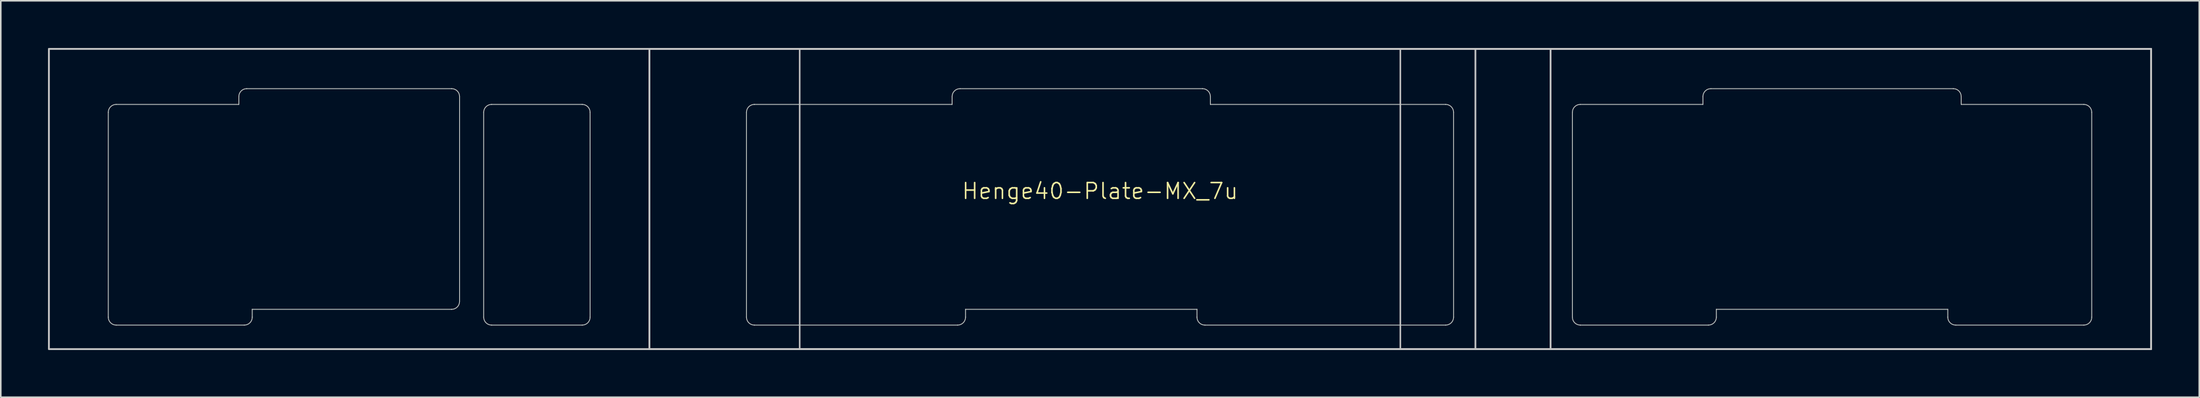
<source format=kicad_pcb>
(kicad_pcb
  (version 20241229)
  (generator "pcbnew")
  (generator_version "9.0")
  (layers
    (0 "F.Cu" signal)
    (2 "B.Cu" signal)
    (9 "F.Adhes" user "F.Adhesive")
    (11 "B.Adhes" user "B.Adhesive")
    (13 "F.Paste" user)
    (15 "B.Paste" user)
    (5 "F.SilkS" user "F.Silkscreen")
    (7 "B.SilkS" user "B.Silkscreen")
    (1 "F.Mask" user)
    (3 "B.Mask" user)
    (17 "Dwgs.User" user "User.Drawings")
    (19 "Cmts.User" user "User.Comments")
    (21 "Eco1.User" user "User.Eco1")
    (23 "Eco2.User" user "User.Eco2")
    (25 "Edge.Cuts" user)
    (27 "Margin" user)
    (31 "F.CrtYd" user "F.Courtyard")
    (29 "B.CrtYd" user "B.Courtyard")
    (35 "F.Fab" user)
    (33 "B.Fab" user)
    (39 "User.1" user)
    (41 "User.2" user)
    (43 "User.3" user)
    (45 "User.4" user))
  (footprint "Henge40-Plate-MX_7u"
    (layer "F.Cu")
    (at 66.725 9.575)
    (property "Reference" "Henge40-Plate-MX_7u" (at 0 -0.5 0) (unlocked yes) (layer "F.SilkS") (effects (font (size 1 1) (thickness 0.1))))
    (attr exclude_from_pos_files exclude_from_bom allow_missing_courtyard)
    (fp_line (start -62.906 -5.5) (end -62.906 7.5) (stroke (width 1.1) (type solid)) (layer "F.Mask"))
    (fp_line (start -62.35 -6) (end -54.625 -6) (stroke (width 1.1) (type solid)) (layer "F.Mask"))
    (fp_line (start -62.35 8) (end -54.275 8) (stroke (width 1.1) (type solid)) (layer "F.Mask"))
    (fp_line (start -54.625 -6.5) (end -54.625 -6) (stroke (width 1.1) (type solid)) (layer "F.Mask"))
    (fp_line (start -53.775 7) (end -53.775 7.45) (stroke (width 1.1) (type solid)) (layer "F.Mask"))
    (fp_line (start -53.775 7) (end -41.125 7) (stroke (width 1.1) (type solid)) (layer "F.Mask"))
    (fp_line (start -41.125 -7) (end -54.125 -7) (stroke (width 1.1) (type solid)) (layer "F.Mask"))
    (fp_line (start -40.625 6.5) (end -40.625 -6.5) (stroke (width 1.1) (type solid)) (layer "F.Mask"))
    (fp_line (start -39.094 -5.5) (end -39.094 7.5) (stroke (width 1.1) (type solid)) (layer "F.Mask"))
    (fp_line (start -38.594 -6) (end -32.844 -6) (stroke (width 1.1) (type solid)) (layer "F.Mask"))
    (fp_line (start -38.594 8) (end -32.844 8) (stroke (width 1.1) (type solid)) (layer "F.Mask"))
    (fp_line (start -32.344 -5.5) (end -32.344 7.5) (stroke (width 1.1) (type solid)) (layer "F.Mask"))
    (fp_line (start -22.425 -5.5) (end -22.425 7.5) (stroke (width 1.1) (type solid)) (layer "F.Mask"))
    (fp_line (start -21.925 -6) (end -16.175 -6) (stroke (width 1.1) (type solid)) (layer "F.Mask"))
    (fp_line (start -21.925 8) (end -16.175 8) (stroke (width 1.1) (type solid)) (layer "F.Mask"))
    (fp_line (start -17.163 -6) (end -11.412 -6) (stroke (width 1.1) (type solid)) (layer "F.Mask"))
    (fp_line (start -17.163 8) (end -11.412 8) (stroke (width 1.1) (type solid)) (layer "F.Mask"))
    (fp_line (start -14.781 8) (end -9.031 8) (stroke (width 1.1) (type solid)) (layer "F.Mask"))
    (fp_line (start -14.762 -6) (end -9.381 -6) (stroke (width 1.1) (type solid)) (layer "F.Mask"))
    (fp_line (start -9.381 -6.5) (end -9.381 -6) (stroke (width 1.1) (type solid)) (layer "F.Mask"))
    (fp_line (start -8.531 7) (end -8.531 7.5) (stroke (width 1.1) (type solid)) (layer "F.Mask"))
    (fp_line (start -8.525 7) (end 6.15 7) (stroke (width 1.1) (type solid)) (layer "F.Mask"))
    (fp_line (start 6.15 7) (end 6.15 7.5) (stroke (width 1.1) (type solid)) (layer "F.Mask"))
    (fp_line (start 6.15 7.56) (end 6.15 7) (stroke (width 1.1) (type solid)) (layer "F.Mask"))
    (fp_line (start 6.5 -7) (end -8.89 -7) (stroke (width 1.1) (type solid)) (layer "F.Mask"))
    (fp_line (start 6.65 8) (end 21.925 8) (stroke (width 1.1) (type solid)) (layer "F.Mask"))
    (fp_line (start 7 -6) (end 7 -6.5) (stroke (width 1.1) (type solid)) (layer "F.Mask"))
    (fp_line (start 7 -6) (end 21.925 -6) (stroke (width 1.1) (type solid)) (layer "F.Mask"))
    (fp_line (start 22.425 -5.5) (end 22.425 7.5) (stroke (width 1.1) (type solid)) (layer "F.Mask"))
    (fp_line (start 29.962 -5.5) (end 29.962 7.5) (stroke (width 1.1) (type solid)) (layer "F.Mask"))
    (fp_line (start 30.462 -6) (end 38.24 -6) (stroke (width 1.1) (type solid)) (layer "F.Mask"))
    (fp_line (start 30.462 8) (end 36.212 8) (stroke (width 1.1) (type solid)) (layer "F.Mask"))
    (fp_line (start 32.844 8) (end 38.594 8) (stroke (width 1.1) (type solid)) (layer "F.Mask"))
    (fp_line (start 38.244 -6.5) (end 38.244 -6) (stroke (width 1.1) (type solid)) (layer "F.Mask"))
    (fp_line (start 39.094 7) (end 39.094 7.5) (stroke (width 1.1) (type solid)) (layer "F.Mask"))
    (fp_line (start 39.1 7) (end 51.737 7) (stroke (width 1.1) (type solid)) (layer "F.Mask"))
    (fp_line (start 41.125 7) (end 53.77 7) (stroke (width 1.1) (type solid)) (layer "F.Mask"))
    (fp_line (start 51.744 -7) (end 38.744 -7) (stroke (width 1.1) (type solid)) (layer "F.Mask"))
    (fp_line (start 53.775 7.01) (end 53.775 7.5) (stroke (width 1.1) (type solid)) (layer "F.Mask"))
    (fp_line (start 54.125 -7) (end 41.125 -7) (stroke (width 1.1) (type solid)) (layer "F.Mask"))
    (fp_line (start 54.275 8) (end 60.025 8) (stroke (width 1.1) (type solid)) (layer "F.Mask"))
    (fp_line (start 54.275 8) (end 60.025 8) (stroke (width 1.1) (type solid)) (layer "F.Mask"))
    (fp_line (start 54.625 -6) (end 54.625 -6.5) (stroke (width 1.1) (type solid)) (layer "F.Mask"))
    (fp_line (start 54.63 -6) (end 60.025 -6) (stroke (width 1.1) (type solid)) (layer "F.Mask"))
    (fp_line (start 56.656 -6) (end 62.406 -6) (stroke (width 1.1) (type solid)) (layer "F.Mask"))
    (fp_line (start 56.656 8) (end 62.406 8) (stroke (width 1.1) (type solid)) (layer "F.Mask"))
    (fp_line (start 62.906 -5.5) (end 62.906 7.5) (stroke (width 1.1) (type solid)) (layer "F.Mask"))
    (fp_arc (start -62.90625 -5.499999) (mid -62.759803 -5.853552) (end -62.40625 -5.999999) (stroke (width 1.1) (type solid)) (layer "F.Mask"))
    (fp_arc (start -62.40625 8.000001) (mid -62.759803 7.853554) (end -62.90625 7.500001) (stroke (width 1.1) (type solid)) (layer "F.Mask"))
    (fp_arc (start -54.625 -6.5) (mid -54.478554 -6.853554) (end -54.125 -7) (stroke (width 1.1) (type solid)) (layer "F.Mask"))
    (fp_arc (start -53.775 7.500001) (mid -53.921447 7.853554) (end -54.275 8.000001) (stroke (width 1.1) (type solid)) (layer "F.Mask"))
    (fp_arc (start -41.125 -7) (mid -40.771447 -6.853553) (end -40.625 -6.5) (stroke (width 1.1) (type solid)) (layer "F.Mask"))
    (fp_arc (start -40.625 6.5) (mid -40.771447 6.853553) (end -41.125 7) (stroke (width 1.1) (type solid)) (layer "F.Mask"))
    (fp_arc (start -39.09375 -5.499999) (mid -38.947315 -5.853564) (end -38.59375 -5.999999) (stroke (width 1.1) (type solid)) (layer "F.Mask"))
    (fp_arc (start -38.59375 8.000001) (mid -38.94728 7.853531) (end -39.09375 7.500001) (stroke (width 1.1) (type solid)) (layer "F.Mask"))
    (fp_arc (start -32.84375 -5.999999) (mid -32.490201 -5.853548) (end -32.34375 -5.499999) (stroke (width 1.1) (type solid)) (layer "F.Mask"))
    (fp_arc (start -32.34375 7.500001) (mid -32.490188 7.853563) (end -32.84375 8.000001) (stroke (width 1.1) (type solid)) (layer "F.Mask"))
    (fp_arc (start -22.425 -5.499999) (mid -22.278553 -5.853552) (end -21.925 -5.999999) (stroke (width 1.1) (type solid)) (layer "F.Mask"))
    (fp_arc (start -21.925 8.000001) (mid -22.278553 7.853554) (end -22.425 7.500001) (stroke (width 1.1) (type solid)) (layer "F.Mask"))
    (fp_arc (start -9.38125 -6.5) (mid -9.2348 -6.853536) (end -8.88125 -7) (stroke (width 1.1) (type solid)) (layer "F.Mask"))
    (fp_arc (start -8.53125 7.500001) (mid -8.677696 7.853555) (end -9.03125 8.000001) (stroke (width 1.1) (type solid)) (layer "F.Mask"))
    (fp_arc (start 6.5 -7) (mid 6.853553 -6.853553) (end 7 -6.5) (stroke (width 1.1) (type solid)) (layer "F.Mask"))
    (fp_arc (start 6.65 8.000001) (mid 6.296476 7.853525) (end 6.15 7.500001) (stroke (width 1.1) (type solid)) (layer "F.Mask"))
    (fp_arc (start 21.925 -5.999999) (mid 22.278553 -5.853552) (end 22.425 -5.499999) (stroke (width 1.1) (type solid)) (layer "F.Mask"))
    (fp_arc (start 22.425 7.500001) (mid 22.278553 7.853554) (end 21.925 8.000001) (stroke (width 1.1) (type solid)) (layer "F.Mask"))
    (fp_arc (start 29.9625 -5.499999) (mid 30.108947 -5.853552) (end 30.4625 -5.999999) (stroke (width 1.1) (type solid)) (layer "F.Mask"))
    (fp_arc (start 30.4625 8.000001) (mid 30.108947 7.853554) (end 29.9625 7.500001) (stroke (width 1.1) (type solid)) (layer "F.Mask"))
    (fp_arc (start 38.24375 -6.5) (mid 38.390196 -6.853554) (end 38.74375 -7) (stroke (width 1.1) (type solid)) (layer "F.Mask"))
    (fp_arc (start 39.09375 7.500001) (mid 38.9473 7.853536) (end 38.59375 8.000001) (stroke (width 1.1) (type solid)) (layer "F.Mask"))
    (fp_arc (start 54.125 -7) (mid 54.478553 -6.853553) (end 54.625 -6.5) (stroke (width 1.1) (type solid)) (layer "F.Mask"))
    (fp_arc (start 54.275 8.000001) (mid 53.921447 7.853554) (end 53.775 7.500001) (stroke (width 1.1) (type solid)) (layer "F.Mask"))
    (fp_arc (start 54.275 8.000001) (mid 53.921479 7.853537) (end 53.775 7.500001) (stroke (width 1.1) (type solid)) (layer "F.Mask"))
    (fp_arc (start 62.40625 -5.999999) (mid 62.759806 -5.853541) (end 62.90625 -5.499999) (stroke (width 1.1) (type solid)) (layer "F.Mask"))
    (fp_arc (start 62.90625 7.500001) (mid 62.7598 7.853536) (end 62.40625 8.000001) (stroke (width 1.1) (type solid)) (layer "F.Mask"))
    (fp_line (start -62.906 -5.5) (end -62.906 7.5) (stroke (width 1.1) (type solid)) (layer "B.Mask"))
    (fp_line (start -54.625 -6.45) (end -54.625 -6) (stroke (width 1.1) (type solid)) (layer "B.Mask"))
    (fp_line (start -54.625 -6) (end -62.35 -6) (stroke (width 1.1) (type solid)) (layer "B.Mask"))
    (fp_line (start -54.275 8) (end -62.35 8) (stroke (width 1.1) (type solid)) (layer "B.Mask"))
    (fp_line (start -54.125 -7) (end -41.125 -7) (stroke (width 1.1) (type solid)) (layer "B.Mask"))
    (fp_line (start -53.775 7) (end -53.775 7.45) (stroke (width 1.1) (type solid)) (layer "B.Mask"))
    (fp_line (start -41.125 7) (end -53.775 7) (stroke (width 1.1) (type solid)) (layer "B.Mask"))
    (fp_line (start -40.625 -6.5) (end -40.625 6.5) (stroke (width 1.1) (type solid)) (layer "B.Mask"))
    (fp_line (start -39.094 -5.5) (end -39.094 7.5) (stroke (width 1.1) (type solid)) (layer "B.Mask"))
    (fp_line (start -32.844 -6) (end -38.594 -6) (stroke (width 1.1) (type solid)) (layer "B.Mask"))
    (fp_line (start -32.844 8) (end -38.594 8) (stroke (width 1.1) (type solid)) (layer "B.Mask"))
    (fp_line (start -32.344 -5.5) (end -32.344 7.5) (stroke (width 1.1) (type solid)) (layer "B.Mask"))
    (fp_line (start -22.425 -5.5) (end -22.425 7.5) (stroke (width 1.1) (type solid)) (layer "B.Mask"))
    (fp_line (start -16.175 -6) (end -21.925 -6) (stroke (width 1.1) (type solid)) (layer "B.Mask"))
    (fp_line (start -16.175 8) (end -21.925 8) (stroke (width 1.1) (type solid)) (layer "B.Mask"))
    (fp_line (start -11.412 -6) (end -17.163 -6) (stroke (width 1.1) (type solid)) (layer "B.Mask"))
    (fp_line (start -11.412 8) (end -17.163 8) (stroke (width 1.1) (type solid)) (layer "B.Mask"))
    (fp_line (start -9.381 -6) (end -14.787 -6) (stroke (width 1.1) (type solid)) (layer "B.Mask"))
    (fp_line (start -9.381 -6) (end -9.381 -6.5) (stroke (width 1.1) (type solid)) (layer "B.Mask"))
    (fp_line (start -9.031 8) (end -14.781 8) (stroke (width 1.1) (type solid)) (layer "B.Mask"))
    (fp_line (start -8.89 -7) (end 6.5 -7) (stroke (width 1.1) (type solid)) (layer "B.Mask"))
    (fp_line (start -8.531 7) (end -8.531 7.5) (stroke (width 1.1) (type solid)) (layer "B.Mask"))
    (fp_line (start 6.15 7) (end -8.525 7) (stroke (width 1.1) (type solid)) (layer "B.Mask"))
    (fp_line (start 6.15 7) (end 6.15 7.5) (stroke (width 1.1) (type solid)) (layer "B.Mask"))
    (fp_line (start 6.15 7) (end 6.15 7.55) (stroke (width 1.1) (type solid)) (layer "B.Mask"))
    (fp_line (start 7 -6.5) (end 7 -6) (stroke (width 1.1) (type solid)) (layer "B.Mask"))
    (fp_line (start 21.925 -6) (end 7 -6) (stroke (width 1.1) (type solid)) (layer "B.Mask"))
    (fp_line (start 21.925 8) (end 6.65 8) (stroke (width 1.1) (type solid)) (layer "B.Mask"))
    (fp_line (start 22.425 -5.5) (end 22.425 7.5) (stroke (width 1.1) (type solid)) (layer "B.Mask"))
    (fp_line (start 29.962 -5.5) (end 29.962 7.5) (stroke (width 1.1) (type solid)) (layer "B.Mask"))
    (fp_line (start 36.212 8) (end 30.462 8) (stroke (width 1.1) (type solid)) (layer "B.Mask"))
    (fp_line (start 38.24 -6) (end 30.462 -6) (stroke (width 1.1) (type solid)) (layer "B.Mask"))
    (fp_line (start 38.244 -6) (end 38.244 -6.5) (stroke (width 1.1) (type solid)) (layer "B.Mask"))
    (fp_line (start 38.594 8) (end 32.844 8) (stroke (width 1.1) (type solid)) (layer "B.Mask"))
    (fp_line (start 38.744 -7) (end 51.744 -7) (stroke (width 1.1) (type solid)) (layer "B.Mask"))
    (fp_line (start 39.094 7.01) (end 39.094 7.5) (stroke (width 1.1) (type solid)) (layer "B.Mask"))
    (fp_line (start 41.125 -7) (end 54.125 -7) (stroke (width 1.1) (type solid)) (layer "B.Mask"))
    (fp_line (start 51.744 7) (end 39.1 7) (stroke (width 1.1) (type solid)) (layer "B.Mask"))
    (fp_line (start 53.77 7) (end 41.125 7) (stroke (width 1.1) (type solid)) (layer "B.Mask"))
    (fp_line (start 53.775 7.01) (end 53.775 7.5) (stroke (width 1.1) (type solid)) (layer "B.Mask"))
    (fp_line (start 54.625 -6.5) (end 54.625 -6) (stroke (width 1.1) (type solid)) (layer "B.Mask"))
    (fp_line (start 60.025 -6) (end 54.63 -6) (stroke (width 1.1) (type solid)) (layer "B.Mask"))
    (fp_line (start 60.025 8) (end 54.275 8) (stroke (width 1.1) (type solid)) (layer "B.Mask"))
    (fp_line (start 60.025 8) (end 54.275 8) (stroke (width 1.1) (type solid)) (layer "B.Mask"))
    (fp_line (start 62.406 -6) (end 56.656 -6) (stroke (width 1.1) (type solid)) (layer "B.Mask"))
    (fp_line (start 62.406 8) (end 56.656 8) (stroke (width 1.1) (type solid)) (layer "B.Mask"))
    (fp_line (start 62.906 -5.5) (end 62.906 7.5) (stroke (width 1.1) (type solid)) (layer "B.Mask"))
    (fp_arc (start -62.90625 -5.499999) (mid -62.759803 -5.853552) (end -62.40625 -5.999999) (stroke (width 1.1) (type solid)) (layer "B.Mask"))
    (fp_arc (start -62.40625 8.000001) (mid -62.759803 7.853554) (end -62.90625 7.500001) (stroke (width 1.1) (type solid)) (layer "B.Mask"))
    (fp_arc (start -54.625 -6.5) (mid -54.478553 -6.853553) (end -54.125 -7) (stroke (width 1.1) (type solid)) (layer "B.Mask"))
    (fp_arc (start -53.775 7.500001) (mid -53.921447 7.853554) (end -54.275 8.000001) (stroke (width 1.1) (type solid)) (layer "B.Mask"))
    (fp_arc (start -41.125 -7) (mid -40.771447 -6.853553) (end -40.625 -6.5) (stroke (width 1.1) (type solid)) (layer "B.Mask"))
    (fp_arc (start -40.627764 6.498884) (mid -40.774195 6.852453) (end -41.127764 6.998884) (stroke (width 1.1) (type solid)) (layer "B.Mask"))
    (fp_arc (start -39.09375 -5.499999) (mid -38.947315 -5.853564) (end -38.59375 -5.999999) (stroke (width 1.1) (type solid)) (layer "B.Mask"))
    (fp_arc (start -38.59375 8.000001) (mid -38.94728 7.853531) (end -39.09375 7.500001) (stroke (width 1.1) (type solid)) (layer "B.Mask"))
    (fp_arc (start -32.84375 -5.999999) (mid -32.490201 -5.853548) (end -32.34375 -5.499999) (stroke (width 1.1) (type solid)) (layer "B.Mask"))
    (fp_arc (start -32.34375 7.500001) (mid -32.490188 7.853563) (end -32.84375 8.000001) (stroke (width 1.1) (type solid)) (layer "B.Mask"))
    (fp_arc (start -22.425 -5.499999) (mid -22.278553 -5.853552) (end -21.925 -5.999999) (stroke (width 1.1) (type solid)) (layer "B.Mask"))
    (fp_arc (start -21.925 8.000001) (mid -22.278553 7.853554) (end -22.425 7.500001) (stroke (width 1.1) (type solid)) (layer "B.Mask"))
    (fp_arc (start -9.38125 -6.5) (mid -9.234806 -6.853571) (end -8.88125 -7) (stroke (width 1.1) (type solid)) (layer "B.Mask"))
    (fp_arc (start -8.53125 7.500001) (mid -8.677697 7.853554) (end -9.03125 8.000001) (stroke (width 1.1) (type solid)) (layer "B.Mask"))
    (fp_arc (start 6.5 -7) (mid 6.853553 -6.853553) (end 7 -6.5) (stroke (width 1.1) (type solid)) (layer "B.Mask"))
    (fp_arc (start 6.65 8.000001) (mid 6.296476 7.853525) (end 6.15 7.500001) (stroke (width 1.1) (type solid)) (layer "B.Mask"))
    (fp_arc (start 21.925 -5.999999) (mid 22.278553 -5.853552) (end 22.425 -5.499999) (stroke (width 1.1) (type solid)) (layer "B.Mask"))
    (fp_arc (start 22.425 7.500001) (mid 22.278553 7.853554) (end 21.925 8.000001) (stroke (width 1.1) (type solid)) (layer "B.Mask"))
    (fp_arc (start 29.9625 -5.499999) (mid 30.108947 -5.853552) (end 30.4625 -5.999999) (stroke (width 1.1) (type solid)) (layer "B.Mask"))
    (fp_arc (start 30.4625 8.000001) (mid 30.108947 7.853554) (end 29.9625 7.500001) (stroke (width 1.1) (type solid)) (layer "B.Mask"))
    (fp_arc (start 38.24375 -6.5) (mid 38.390197 -6.853553) (end 38.74375 -7) (stroke (width 1.1) (type solid)) (layer "B.Mask"))
    (fp_arc (start 39.09375 7.500001) (mid 38.947306 7.853571) (end 38.59375 8.000001) (stroke (width 1.1) (type solid)) (layer "B.Mask"))
    (fp_arc (start 54.125 -7) (mid 54.478553 -6.853553) (end 54.625 -6.5) (stroke (width 1.1) (type solid)) (layer "B.Mask"))
    (fp_arc (start 54.275 8.000001) (mid 53.921447 7.853554) (end 53.775 7.500001) (stroke (width 1.1) (type solid)) (layer "B.Mask"))
    (fp_arc (start 54.275 8.000001) (mid 53.921479 7.853537) (end 53.775 7.500001) (stroke (width 1.1) (type solid)) (layer "B.Mask"))
    (fp_arc (start 62.40625 -5.999999) (mid 62.759806 -5.853541) (end 62.90625 -5.499999) (stroke (width 1.1) (type solid)) (layer "B.Mask"))
    (fp_arc (start 62.90625 7.500001) (mid 62.7598 7.853536) (end 62.40625 8.000001) (stroke (width 1.1) (type solid)) (layer "B.Mask"))
    (fp_rect (start -66.675 -9.525) (end -28.575 9.525) (stroke (width 0.1) (type solid)) (fill no) (layer "Dwgs.User"))
    (fp_rect (start -66.675 -9.525) (end 66.675 9.525) (stroke (width 0.1) (type solid)) (fill no) (layer "Dwgs.User"))
    (fp_rect (start -28.575 -9.525) (end 23.812 9.525) (stroke (width 0.1) (type solid)) (fill no) (layer "Dwgs.User"))
    (fp_rect (start -28.575 -9.525) (end 28.575 9.525) (stroke (width 0.1) (type solid)) (fill no) (layer "Dwgs.User"))
    (fp_rect (start -19.05 -9.525) (end 19.05 9.525) (stroke (width 0.1) (type solid)) (fill no) (layer "Dwgs.User"))
    (fp_rect (start 23.812 -9.525) (end 66.675 9.525) (stroke (width 0.1) (type solid)) (fill no) (layer "Dwgs.User"))
    (fp_rect (start 28.575 -9.525) (end 66.675 9.525) (stroke (width 0.1) (type solid)) (fill no) (layer "Dwgs.User"))
    (fp_line (start -62.906 -5.5) (end -62.906 7.5) (stroke (width 0.05) (type solid)) (layer "Edge.Cuts"))
    (fp_line (start -62.4 -6) (end -54.625 -6) (stroke (width 0.05) (type solid)) (layer "Edge.Cuts"))
    (fp_line (start -62.4 8) (end -54.275 8) (stroke (width 0.05) (type solid)) (layer "Edge.Cuts"))
    (fp_line (start -54.625 -6.5) (end -54.625 -6) (stroke (width 0.05) (type solid)) (layer "Edge.Cuts"))
    (fp_line (start -53.775 7) (end -53.775 7.5) (stroke (width 0.05) (type solid)) (layer "Edge.Cuts"))
    (fp_line (start -53.775 7) (end -41.125 7) (stroke (width 0.05) (type solid)) (layer "Edge.Cuts"))
    (fp_line (start -41.125 -7) (end -54.125 -7) (stroke (width 0.05) (type solid)) (layer "Edge.Cuts"))
    (fp_line (start -40.625 6.5) (end -40.625 -6.5) (stroke (width 0.05) (type solid)) (layer "Edge.Cuts"))
    (fp_line (start -39.094 -5.5) (end -39.094 7.5) (stroke (width 0.05) (type solid)) (layer "Edge.Cuts"))
    (fp_line (start -38.594 -6) (end -32.845 -6) (stroke (width 0.05) (type solid)) (layer "Edge.Cuts"))
    (fp_line (start -38.594 8) (end -32.844 8) (stroke (width 0.05) (type solid)) (layer "Edge.Cuts"))
    (fp_line (start -32.345 -5.5) (end -32.344 7.5) (stroke (width 0.05) (type solid)) (layer "Edge.Cuts"))
    (fp_line (start -22.425 -5.5) (end -22.425 7.5) (stroke (width 0.05) (type solid)) (layer "Edge.Cuts"))
    (fp_line (start -21.931 -6) (end -9.381 -6) (stroke (width 0.05) (type solid)) (layer "Edge.Cuts"))
    (fp_line (start -21.925 8) (end -9.031 8) (stroke (width 0.05) (type solid)) (layer "Edge.Cuts"))
    (fp_line (start -9.381 -6.5) (end -9.381 -6) (stroke (width 0.05) (type solid)) (layer "Edge.Cuts"))
    (fp_line (start -8.531 7) (end -8.531 7.5) (stroke (width 0.05) (type solid)) (layer "Edge.Cuts"))
    (fp_line (start -8.53 7) (end 6.15 7) (stroke (width 0.05) (type solid)) (layer "Edge.Cuts"))
    (fp_line (start 6.15 7) (end 6.15 7.5) (stroke (width 0.05) (type solid)) (layer "Edge.Cuts"))
    (fp_line (start 6.5 -7) (end -8.875 -7) (stroke (width 0.05) (type solid)) (layer "Edge.Cuts"))
    (fp_line (start 6.65 8) (end 21.926 8) (stroke (width 0.05) (type solid)) (layer "Edge.Cuts"))
    (fp_line (start 7 -6) (end 7 -6.5) (stroke (width 0.05) (type solid)) (layer "Edge.Cuts"))
    (fp_line (start 7 -6) (end 21.924 -6) (stroke (width 0.05) (type solid)) (layer "Edge.Cuts"))
    (fp_line (start 22.424 -5.5) (end 22.426 7.5) (stroke (width 0.05) (type solid)) (layer "Edge.Cuts"))
    (fp_line (start 29.962 -5.5) (end 29.962 7.5) (stroke (width 0.05) (type solid)) (layer "Edge.Cuts"))
    (fp_line (start 30.46 8) (end 38.594 8) (stroke (width 0.05) (type solid)) (layer "Edge.Cuts"))
    (fp_line (start 30.47 -6) (end 38.24 -6) (stroke (width 0.05) (type solid)) (layer "Edge.Cuts"))
    (fp_line (start 38.244 -6.5) (end 38.244 -6) (stroke (width 0.05) (type solid)) (layer "Edge.Cuts"))
    (fp_line (start 39.094 7) (end 39.094 7.5) (stroke (width 0.05) (type solid)) (layer "Edge.Cuts"))
    (fp_line (start 39.094 7) (end 53.77 7) (stroke (width 0.05) (type solid)) (layer "Edge.Cuts"))
    (fp_line (start 53.775 7) (end 53.775 7.5) (stroke (width 0.05) (type solid)) (layer "Edge.Cuts"))
    (fp_line (start 54.125 -7) (end 38.75 -7) (stroke (width 0.05) (type solid)) (layer "Edge.Cuts"))
    (fp_line (start 54.28 8) (end 62.406 8) (stroke (width 0.05) (type solid)) (layer "Edge.Cuts"))
    (fp_line (start 54.625 -6) (end 54.625 -6.5) (stroke (width 0.05) (type solid)) (layer "Edge.Cuts"))
    (fp_line (start 54.63 -6) (end 62.405 -6) (stroke (width 0.05) (type solid)) (layer "Edge.Cuts"))
    (fp_line (start 62.905 -5.5) (end 62.906 7.5) (stroke (width 0.05) (type solid)) (layer "Edge.Cuts"))
    (fp_arc (start -62.90625 -5.499999) (mid -62.759803 -5.853552) (end -62.40625 -5.999999) (stroke (width 0.05) (type solid)) (layer "Edge.Cuts"))
    (fp_arc (start -62.40625 8.000001) (mid -62.759803 7.853554) (end -62.90625 7.500001) (stroke (width 0.05) (type solid)) (layer "Edge.Cuts"))
    (fp_arc (start -54.625 -6.5) (mid -54.478553 -6.853553) (end -54.125 -7) (stroke (width 0.05) (type solid)) (layer "Edge.Cuts"))
    (fp_arc (start -53.775 7.500001) (mid -53.921447 7.853554) (end -54.275 8.000001) (stroke (width 0.05) (type solid)) (layer "Edge.Cuts"))
    (fp_arc (start -41.125 -7) (mid -40.771447 -6.853553) (end -40.625 -6.5) (stroke (width 0.05) (type solid)) (layer "Edge.Cuts"))
    (fp_arc (start -40.625 6.5) (mid -40.771447 6.853553) (end -41.125 7) (stroke (width 0.05) (type solid)) (layer "Edge.Cuts"))
    (fp_arc (start -39.09375 -5.499999) (mid -38.947315 -5.853564) (end -38.59375 -5.999999) (stroke (width 0.05) (type solid)) (layer "Edge.Cuts"))
    (fp_arc (start -38.59375 8.000001) (mid -38.94728 7.853531) (end -39.09375 7.500001) (stroke (width 0.05) (type solid)) (layer "Edge.Cuts"))
    (fp_arc (start -32.844961 -5.999999) (mid -32.491406 -5.853554) (end -32.344961 -5.499999) (stroke (width 0.05) (type solid)) (layer "Edge.Cuts"))
    (fp_arc (start -32.34375 7.500001) (mid -32.490188 7.853563) (end -32.84375 8.000001) (stroke (width 0.05) (type solid)) (layer "Edge.Cuts"))
    (fp_arc (start -22.425 -5.499999) (mid -22.278553 -5.853552) (end -21.925 -5.999999) (stroke (width 0.05) (type solid)) (layer "Edge.Cuts"))
    (fp_arc (start -21.925 8.000001) (mid -22.278553 7.853554) (end -22.425 7.500001) (stroke (width 0.05) (type solid)) (layer "Edge.Cuts"))
    (fp_arc (start -9.38125 -6.5) (mid -9.234806 -6.853571) (end -8.88125 -7) (stroke (width 0.05) (type solid)) (layer "Edge.Cuts"))
    (fp_arc (start -8.53125 7.500001) (mid -8.677697 7.853554) (end -9.03125 8.000001) (stroke (width 0.05) (type solid)) (layer "Edge.Cuts"))
    (fp_arc (start 6.5 -7) (mid 6.853553 -6.853553) (end 7 -6.5) (stroke (width 0.05) (type solid)) (layer "Edge.Cuts"))
    (fp_arc (start 6.65 8.000001) (mid 6.296476 7.853525) (end 6.15 7.500001) (stroke (width 0.05) (type solid)) (layer "Edge.Cuts"))
    (fp_arc (start 21.924394 -5.999999) (mid 22.277922 -5.853525) (end 22.424394 -5.499999) (stroke (width 0.05) (type solid)) (layer "Edge.Cuts"))
    (fp_arc (start 22.425605 7.500001) (mid 22.279158 7.853556) (end 21.925605 8.000001) (stroke (width 0.05) (type solid)) (layer "Edge.Cuts"))
    (fp_arc (start 29.9625 -5.499999) (mid 30.108947 -5.853552) (end 30.4625 -5.999999) (stroke (width 0.05) (type solid)) (layer "Edge.Cuts"))
    (fp_arc (start 30.4625 8.000001) (mid 30.108947 7.853554) (end 29.9625 7.500001) (stroke (width 0.05) (type solid)) (layer "Edge.Cuts"))
    (fp_arc (start 38.24375 -6.5) (mid 38.390197 -6.853553) (end 38.74375 -7) (stroke (width 0.05) (type solid)) (layer "Edge.Cuts"))
    (fp_arc (start 39.09375 7.500001) (mid 38.947306 7.853571) (end 38.59375 8.000001) (stroke (width 0.05) (type solid)) (layer "Edge.Cuts"))
    (fp_arc (start 54.125 -7) (mid 54.478553 -6.853553) (end 54.625 -6.5) (stroke (width 0.05) (type solid)) (layer "Edge.Cuts"))
    (fp_arc (start 54.275 8.000001) (mid 53.921479 7.853537) (end 53.775 7.500001) (stroke (width 0.05) (type solid)) (layer "Edge.Cuts"))
    (fp_arc (start 62.405039 -5.999999) (mid 62.758602 -5.853545) (end 62.905039 -5.499999) (stroke (width 0.05) (type solid)) (layer "Edge.Cuts"))
    (fp_arc (start 62.90625 7.500001) (mid 62.7598 7.853536) (end 62.40625 8.000001) (stroke (width 0.05) (type solid)) (layer "Edge.Cuts")))
  (gr_rect
    (start -3 -3)
    (end 136.45 22.15)
    (stroke (width 0.1) (type default))
    (fill no)
    (layer "Edge.Cuts")))
</source>
